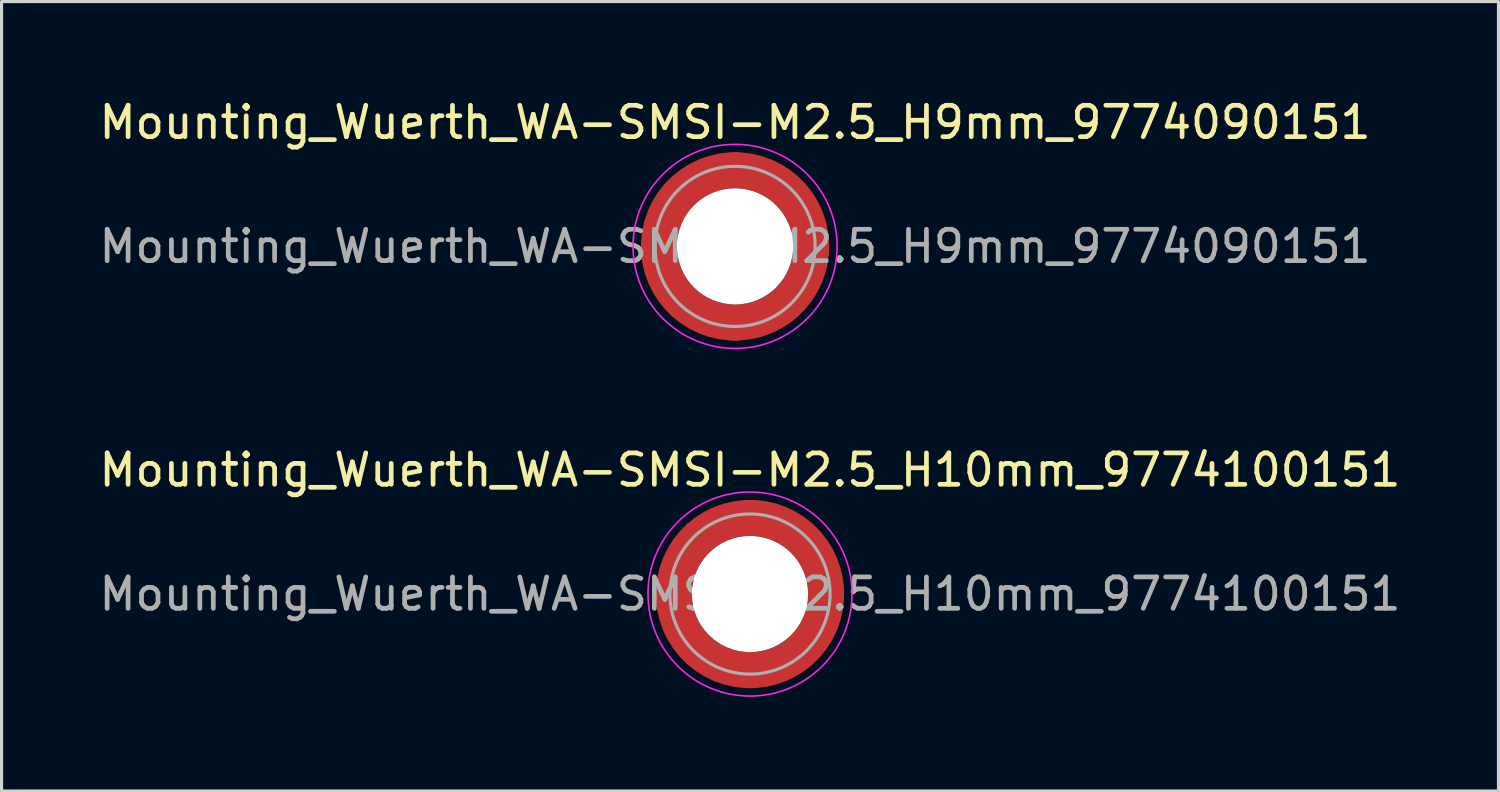
<source format=kicad_pcb>
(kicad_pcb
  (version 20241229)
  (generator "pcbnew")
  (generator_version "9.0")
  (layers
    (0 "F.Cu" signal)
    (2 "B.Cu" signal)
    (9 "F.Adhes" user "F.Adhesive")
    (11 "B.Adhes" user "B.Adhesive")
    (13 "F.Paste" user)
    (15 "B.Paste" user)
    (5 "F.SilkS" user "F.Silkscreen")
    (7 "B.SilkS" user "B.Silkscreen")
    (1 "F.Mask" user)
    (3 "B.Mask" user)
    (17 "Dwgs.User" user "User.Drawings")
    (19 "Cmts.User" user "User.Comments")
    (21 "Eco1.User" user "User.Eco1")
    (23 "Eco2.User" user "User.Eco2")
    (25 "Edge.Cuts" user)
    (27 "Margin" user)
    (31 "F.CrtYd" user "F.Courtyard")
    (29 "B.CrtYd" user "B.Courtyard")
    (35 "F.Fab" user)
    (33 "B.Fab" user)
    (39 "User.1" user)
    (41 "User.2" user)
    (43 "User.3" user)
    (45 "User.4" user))
  (footprint "Mounting_Wuerth_WA-SMSI-M2.5_H9mm_9774090151"
    (layer "F.Cu")
    (at 20.363 4.798)
    (property "Reference" "Mounting_Wuerth_WA-SMSI-M2.5_H9mm_9774090151" (at 0 -3.95 0) (layer "F.SilkS") (effects (font (size 1 1) (thickness 0.15))))
    (attr smd)
    (fp_circle (center 0 0) (end 3.25 0) (stroke (width 0.05) (type solid)) (fill no) (layer "F.CrtYd"))
    (fp_circle (center 0 0) (end 2.55 0) (stroke (width 0.1) (type solid)) (fill no) (layer "F.Fab"))
    (fp_text user "${REFERENCE}" (at 0 0 0) (layer "F.Fab") (effects (font (size 1 1) (thickness 0.15))))
    (pad "" smd custom (at -1.704 -1.704) (size 0.51 0.51) (layers "F.Paste") (options (anchor circle)) (primitives (gr_arc (start -0.250195 1.279127) (mid 0.289914 0.289914) (end 1.279127 -0.250195) (width 0.2)) (gr_arc (start -0.34334 1.279127) (mid 0.225488 0.225488) (end 1.279127 -0.34334) (width 0.2)) (gr_arc (start -0.436309 1.279127) (mid 0.161063 0.161063) (end 1.279127 -0.436309) (width 0.2)) (gr_arc (start -0.529126 1.279127) (mid 0.096638 0.096638) (end 1.279127 -0.529126) (width 0.2)) (gr_arc (start -0.621807 1.279127) (mid 0.032213 0.032213) (end 1.279127 -0.621807) (width 0.2)) (gr_arc (start -0.71437 1.279127) (mid -0.032213 -0.032213) (end 1.279127 -0.71437) (width 0.2)) (gr_arc (start -0.806826 1.279127) (mid -0.096638 -0.096638) (end 1.279127 -0.806826) (width 0.2)) (gr_arc (start -0.899187 1.279127) (mid -0.161063 -0.161063) (end 1.279127 -0.899187) (width 0.2)) (gr_arc (start -0.991463 1.279127) (mid -0.225488 -0.225488) (end 1.279127 -0.991463) (width 0.2)) (gr_arc (start -1.083663 1.279127) (mid -0.289914 -0.289914) (end 1.279127 -1.083663) (width 0.2)) (gr_line (start 1.279 -0.25) (end 1.279 -1.084) (width 0.2)) (gr_line (start -0.25 1.279) (end -1.084 1.279) (width 0.2))))
    (pad "" smd custom (at -1.704 1.704) (size 0.51 0.51) (layers "F.Paste") (options (anchor circle)) (primitives (gr_arc (start 1.279127 0.250195) (mid 0.289914 -0.289914) (end -0.250195 -1.279127) (width 0.2)) (gr_arc (start 1.279127 0.34334) (mid 0.225488 -0.225488) (end -0.34334 -1.279127) (width 0.2)) (gr_arc (start 1.279127 0.436309) (mid 0.161063 -0.161063) (end -0.436309 -1.279127) (width 0.2)) (gr_arc (start 1.279127 0.529126) (mid 0.096638 -0.096638) (end -0.529126 -1.279127) (width 0.2)) (gr_arc (start 1.279127 0.621807) (mid 0.032213 -0.032213) (end -0.621807 -1.279127) (width 0.2)) (gr_arc (start 1.279127 0.71437) (mid -0.032213 0.032213) (end -0.71437 -1.279127) (width 0.2)) (gr_arc (start 1.279127 0.806826) (mid -0.096638 0.096638) (end -0.806826 -1.279127) (width 0.2)) (gr_arc (start 1.279127 0.899187) (mid -0.161063 0.161063) (end -0.899187 -1.279127) (width 0.2)) (gr_arc (start 1.279127 0.991463) (mid -0.225488 0.225488) (end -0.991463 -1.279127) (width 0.2)) (gr_arc (start 1.279127 1.083663) (mid -0.289914 0.289914) (end -1.083663 -1.279127) (width 0.2)) (gr_line (start -0.25 -1.279) (end -1.084 -1.279) (width 0.2)) (gr_line (start 1.279 0.25) (end 1.279 1.084) (width 0.2))))
    (pad "" np_thru_hole circle (at 0 0) (size 3.7 3.7) (drill 3.7) (layers "*.Cu" "*.Mask"))
    (pad "" smd custom (at 1.704 -1.704) (size 0.51 0.51) (layers "F.Paste") (options (anchor circle)) (primitives (gr_arc (start -1.279127 -0.250195) (mid -0.289914 0.289914) (end 0.250195 1.279127) (width 0.2)) (gr_arc (start -1.279127 -0.34334) (mid -0.225488 0.225488) (end 0.34334 1.279127) (width 0.2)) (gr_arc (start -1.279127 -0.436309) (mid -0.161063 0.161063) (end 0.436309 1.279127) (width 0.2)) (gr_arc (start -1.279127 -0.529126) (mid -0.096638 0.096638) (end 0.529126 1.279127) (width 0.2)) (gr_arc (start -1.279127 -0.621807) (mid -0.032213 0.032213) (end 0.621807 1.279127) (width 0.2)) (gr_arc (start -1.279127 -0.71437) (mid 0.032213 -0.032213) (end 0.71437 1.279127) (width 0.2)) (gr_arc (start -1.279127 -0.806826) (mid 0.096638 -0.096638) (end 0.806826 1.279127) (width 0.2)) (gr_arc (start -1.279127 -0.899187) (mid 0.161063 -0.161063) (end 0.899187 1.279127) (width 0.2)) (gr_arc (start -1.279127 -0.991463) (mid 0.225488 -0.225488) (end 0.991463 1.279127) (width 0.2)) (gr_arc (start -1.279127 -1.083663) (mid 0.289914 -0.289914) (end 1.083663 1.279127) (width 0.2)) (gr_line (start 0.25 1.279) (end 1.084 1.279) (width 0.2)) (gr_line (start -1.279 -0.25) (end -1.279 -1.084) (width 0.2))))
    (pad "" smd custom (at 1.704 1.704) (size 0.51 0.51) (layers "F.Paste") (options (anchor circle)) (primitives (gr_arc (start 0.250195 -1.279127) (mid -0.289914 -0.289914) (end -1.279127 0.250195) (width 0.2)) (gr_arc (start 0.34334 -1.279127) (mid -0.225488 -0.225488) (end -1.279127 0.34334) (width 0.2)) (gr_arc (start 0.436309 -1.279127) (mid -0.161063 -0.161063) (end -1.279127 0.436309) (width 0.2)) (gr_arc (start 0.529126 -1.279127) (mid -0.096638 -0.096638) (end -1.279127 0.529126) (width 0.2)) (gr_arc (start 0.621807 -1.279127) (mid -0.032213 -0.032213) (end -1.279127 0.621807) (width 0.2)) (gr_arc (start 0.71437 -1.279127) (mid 0.032213 0.032213) (end -1.279127 0.71437) (width 0.2)) (gr_arc (start 0.806826 -1.279127) (mid 0.096638 0.096638) (end -1.279127 0.806826) (width 0.2)) (gr_arc (start 0.899187 -1.279127) (mid 0.161063 0.161063) (end -1.279127 0.899187) (width 0.2)) (gr_arc (start 0.991463 -1.279127) (mid 0.225488 0.225488) (end -1.279127 0.991463) (width 0.2)) (gr_arc (start 1.083663 -1.279127) (mid 0.289914 0.289914) (end -1.279127 1.083663) (width 0.2)) (gr_line (start -1.279 0.25) (end -1.279 1.084) (width 0.2)) (gr_line (start 0.25 -1.279) (end 1.084 -1.279) (width 0.2))))
    (pad "1" smd circle (at -2.425 0) (size 1.15 1.15) (layers "F.Cu"))
    (pad "1" smd circle (at 0 -2.425) (size 1.15 1.15) (layers "F.Cu"))
    (pad "1" smd circle (at 0 2.425) (size 1.15 1.15) (layers "F.Cu"))
    (pad "1" smd custom (at 2.425 0) (size 1.15 1.15) (layers "F.Cu" "F.Mask") (options (anchor circle)) (primitives (gr_circle (center -2.425 0) (end 0 0) (width 1.15) (fill no)))))
  (footprint "Mounting_Wuerth_WA-SMSI-M2.5_H10mm_9774100151"
    (layer "F.Cu")
    (at 20.839 15.871)
    (property "Reference" "Mounting_Wuerth_WA-SMSI-M2.5_H10mm_9774100151" (at 0 -3.95 0) (layer "F.SilkS") (effects (font (size 1 1) (thickness 0.15))))
    (attr smd)
    (fp_circle (center 0 0) (end 3.25 0) (stroke (width 0.05) (type solid)) (fill no) (layer "F.CrtYd"))
    (fp_circle (center 0 0) (end 2.55 0) (stroke (width 0.1) (type solid)) (fill no) (layer "F.Fab"))
    (fp_text user "${REFERENCE}" (at 0 0 0) (layer "F.Fab") (effects (font (size 1 1) (thickness 0.15))))
    (pad "" smd custom (at -1.704 -1.704) (size 0.51 0.51) (layers "F.Paste") (options (anchor circle)) (primitives (gr_arc (start -0.250195 1.279127) (mid 0.289914 0.289914) (end 1.279127 -0.250195) (width 0.2)) (gr_arc (start -0.34334 1.279127) (mid 0.225488 0.225488) (end 1.279127 -0.34334) (width 0.2)) (gr_arc (start -0.436309 1.279127) (mid 0.161063 0.161063) (end 1.279127 -0.436309) (width 0.2)) (gr_arc (start -0.529126 1.279127) (mid 0.096638 0.096638) (end 1.279127 -0.529126) (width 0.2)) (gr_arc (start -0.621807 1.279127) (mid 0.032213 0.032213) (end 1.279127 -0.621807) (width 0.2)) (gr_arc (start -0.71437 1.279127) (mid -0.032213 -0.032213) (end 1.279127 -0.71437) (width 0.2)) (gr_arc (start -0.806826 1.279127) (mid -0.096638 -0.096638) (end 1.279127 -0.806826) (width 0.2)) (gr_arc (start -0.899187 1.279127) (mid -0.161063 -0.161063) (end 1.279127 -0.899187) (width 0.2)) (gr_arc (start -0.991463 1.279127) (mid -0.225488 -0.225488) (end 1.279127 -0.991463) (width 0.2)) (gr_arc (start -1.083663 1.279127) (mid -0.289914 -0.289914) (end 1.279127 -1.083663) (width 0.2)) (gr_line (start 1.279 -0.25) (end 1.279 -1.084) (width 0.2)) (gr_line (start -0.25 1.279) (end -1.084 1.279) (width 0.2))))
    (pad "" smd custom (at -1.704 1.704) (size 0.51 0.51) (layers "F.Paste") (options (anchor circle)) (primitives (gr_arc (start 1.279127 0.250195) (mid 0.289914 -0.289914) (end -0.250195 -1.279127) (width 0.2)) (gr_arc (start 1.279127 0.34334) (mid 0.225488 -0.225488) (end -0.34334 -1.279127) (width 0.2)) (gr_arc (start 1.279127 0.436309) (mid 0.161063 -0.161063) (end -0.436309 -1.279127) (width 0.2)) (gr_arc (start 1.279127 0.529126) (mid 0.096638 -0.096638) (end -0.529126 -1.279127) (width 0.2)) (gr_arc (start 1.279127 0.621807) (mid 0.032213 -0.032213) (end -0.621807 -1.279127) (width 0.2)) (gr_arc (start 1.279127 0.71437) (mid -0.032213 0.032213) (end -0.71437 -1.279127) (width 0.2)) (gr_arc (start 1.279127 0.806826) (mid -0.096638 0.096638) (end -0.806826 -1.279127) (width 0.2)) (gr_arc (start 1.279127 0.899187) (mid -0.161063 0.161063) (end -0.899187 -1.279127) (width 0.2)) (gr_arc (start 1.279127 0.991463) (mid -0.225488 0.225488) (end -0.991463 -1.279127) (width 0.2)) (gr_arc (start 1.279127 1.083663) (mid -0.289914 0.289914) (end -1.083663 -1.279127) (width 0.2)) (gr_line (start -0.25 -1.279) (end -1.084 -1.279) (width 0.2)) (gr_line (start 1.279 0.25) (end 1.279 1.084) (width 0.2))))
    (pad "" np_thru_hole circle (at 0 0) (size 3.7 3.7) (drill 3.7) (layers "*.Cu" "*.Mask"))
    (pad "" smd custom (at 1.704 -1.704) (size 0.51 0.51) (layers "F.Paste") (options (anchor circle)) (primitives (gr_arc (start -1.279127 -0.250195) (mid -0.289914 0.289914) (end 0.250195 1.279127) (width 0.2)) (gr_arc (start -1.279127 -0.34334) (mid -0.225488 0.225488) (end 0.34334 1.279127) (width 0.2)) (gr_arc (start -1.279127 -0.436309) (mid -0.161063 0.161063) (end 0.436309 1.279127) (width 0.2)) (gr_arc (start -1.279127 -0.529126) (mid -0.096638 0.096638) (end 0.529126 1.279127) (width 0.2)) (gr_arc (start -1.279127 -0.621807) (mid -0.032213 0.032213) (end 0.621807 1.279127) (width 0.2)) (gr_arc (start -1.279127 -0.71437) (mid 0.032213 -0.032213) (end 0.71437 1.279127) (width 0.2)) (gr_arc (start -1.279127 -0.806826) (mid 0.096638 -0.096638) (end 0.806826 1.279127) (width 0.2)) (gr_arc (start -1.279127 -0.899187) (mid 0.161063 -0.161063) (end 0.899187 1.279127) (width 0.2)) (gr_arc (start -1.279127 -0.991463) (mid 0.225488 -0.225488) (end 0.991463 1.279127) (width 0.2)) (gr_arc (start -1.279127 -1.083663) (mid 0.289914 -0.289914) (end 1.083663 1.279127) (width 0.2)) (gr_line (start 0.25 1.279) (end 1.084 1.279) (width 0.2)) (gr_line (start -1.279 -0.25) (end -1.279 -1.084) (width 0.2))))
    (pad "" smd custom (at 1.704 1.704) (size 0.51 0.51) (layers "F.Paste") (options (anchor circle)) (primitives (gr_arc (start 0.250195 -1.279127) (mid -0.289914 -0.289914) (end -1.279127 0.250195) (width 0.2)) (gr_arc (start 0.34334 -1.279127) (mid -0.225488 -0.225488) (end -1.279127 0.34334) (width 0.2)) (gr_arc (start 0.436309 -1.279127) (mid -0.161063 -0.161063) (end -1.279127 0.436309) (width 0.2)) (gr_arc (start 0.529126 -1.279127) (mid -0.096638 -0.096638) (end -1.279127 0.529126) (width 0.2)) (gr_arc (start 0.621807 -1.279127) (mid -0.032213 -0.032213) (end -1.279127 0.621807) (width 0.2)) (gr_arc (start 0.71437 -1.279127) (mid 0.032213 0.032213) (end -1.279127 0.71437) (width 0.2)) (gr_arc (start 0.806826 -1.279127) (mid 0.096638 0.096638) (end -1.279127 0.806826) (width 0.2)) (gr_arc (start 0.899187 -1.279127) (mid 0.161063 0.161063) (end -1.279127 0.899187) (width 0.2)) (gr_arc (start 0.991463 -1.279127) (mid 0.225488 0.225488) (end -1.279127 0.991463) (width 0.2)) (gr_arc (start 1.083663 -1.279127) (mid 0.289914 0.289914) (end -1.279127 1.083663) (width 0.2)) (gr_line (start -1.279 0.25) (end -1.279 1.084) (width 0.2)) (gr_line (start 0.25 -1.279) (end 1.084 -1.279) (width 0.2))))
    (pad "1" smd circle (at -2.425 0) (size 1.15 1.15) (layers "F.Cu"))
    (pad "1" smd circle (at 0 -2.425) (size 1.15 1.15) (layers "F.Cu"))
    (pad "1" smd circle (at 0 2.425) (size 1.15 1.15) (layers "F.Cu"))
    (pad "1" smd custom (at 2.425 0) (size 1.15 1.15) (layers "F.Cu" "F.Mask") (options (anchor circle)) (primitives (gr_circle (center -2.425 0) (end 0 0) (width 1.15) (fill no)))))
  (gr_rect
    (start -3 -3)
    (end 44.679 22.146)
    (stroke (width 0.1) (type default))
    (fill no)
    (layer "Edge.Cuts")))
</source>
